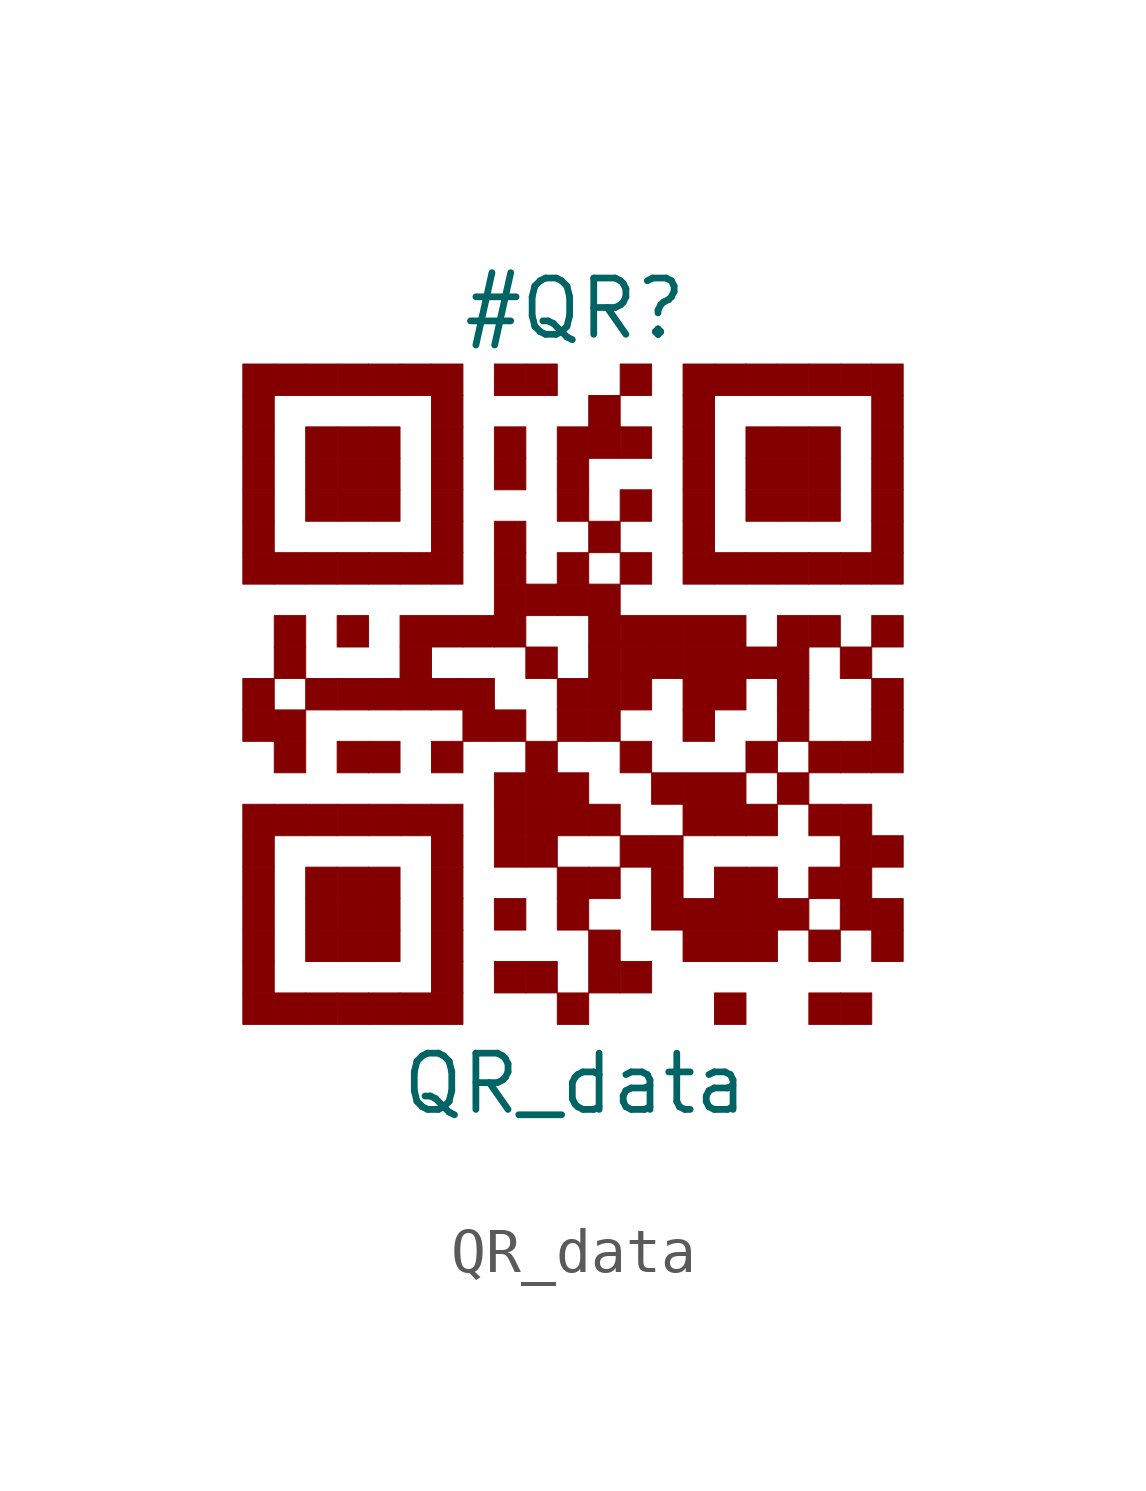
<source format=kicad_sym>
(kicad_symbol_lib
  (version 20211014)
  (generator kibot)
  (symbol "QR_data"
    (pin_numbers hide)
    (pin_names hide)
    (property "Reference" "#QR"
      (at 0 8.75 0)
      (effects (font (size 1.27 1.27))))
    (property "Value" "QR_data"
      (at 0 -8.75 0)
      (effects (font (size 1.27 1.27))))
    (rectangle
      (start -7.5 7.5)
      (end -6.79 6.79)
      (stroke (width 0.001) (type default))
      (fill (type outline)))
    (rectangle
      (start -6.79 7.5)
      (end -6.08 6.79)
      (stroke (width 0.001) (type default))
      (fill (type outline)))
    (rectangle
      (start -6.08 7.5)
      (end -5.37 6.79)
      (stroke (width 0.001) (type default))
      (fill (type outline)))
    (rectangle
      (start -5.37 7.5)
      (end -4.66 6.79)
      (stroke (width 0.001) (type default))
      (fill (type outline)))
    (rectangle
      (start -4.66 7.5)
      (end -3.95 6.79)
      (stroke (width 0.001) (type default))
      (fill (type outline)))
    (rectangle
      (start -3.95 7.5)
      (end -3.24 6.79)
      (stroke (width 0.001) (type default))
      (fill (type outline)))
    (rectangle
      (start -3.24 7.5)
      (end -2.53 6.79)
      (stroke (width 0.001) (type default))
      (fill (type outline)))
    (rectangle
      (start -1.82 7.5)
      (end -1.11 6.79)
      (stroke (width 0.001) (type default))
      (fill (type outline)))
    (rectangle
      (start -1.11 7.5)
      (end -0.4 6.79)
      (stroke (width 0.001) (type default))
      (fill (type outline)))
    (rectangle
      (start 1.02 7.5)
      (end 1.73 6.79)
      (stroke (width 0.001) (type default))
      (fill (type outline)))
    (rectangle
      (start 2.44 7.5)
      (end 3.15 6.79)
      (stroke (width 0.001) (type default))
      (fill (type outline)))
    (rectangle
      (start 3.15 7.5)
      (end 3.86 6.79)
      (stroke (width 0.001) (type default))
      (fill (type outline)))
    (rectangle
      (start 3.86 7.5)
      (end 4.57 6.79)
      (stroke (width 0.001) (type default))
      (fill (type outline)))
    (rectangle
      (start 4.57 7.5)
      (end 5.28 6.79)
      (stroke (width 0.001) (type default))
      (fill (type outline)))
    (rectangle
      (start 5.28 7.5)
      (end 5.99 6.79)
      (stroke (width 0.001) (type default))
      (fill (type outline)))
    (rectangle
      (start 5.99 7.5)
      (end 6.7 6.79)
      (stroke (width 0.001) (type default))
      (fill (type outline)))
    (rectangle
      (start 6.7 7.5)
      (end 7.41 6.79)
      (stroke (width 0.001) (type default))
      (fill (type outline)))
    (rectangle
      (start -7.5 6.79)
      (end -6.79 6.08)
      (stroke (width 0.001) (type default))
      (fill (type outline)))
    (rectangle
      (start -3.24 6.79)
      (end -2.53 6.08)
      (stroke (width 0.001) (type default))
      (fill (type outline)))
    (rectangle
      (start 0.31 6.79)
      (end 1.02 6.08)
      (stroke (width 0.001) (type default))
      (fill (type outline)))
    (rectangle
      (start 2.44 6.79)
      (end 3.15 6.08)
      (stroke (width 0.001) (type default))
      (fill (type outline)))
    (rectangle
      (start 6.7 6.79)
      (end 7.41 6.08)
      (stroke (width 0.001) (type default))
      (fill (type outline)))
    (rectangle
      (start -7.5 6.08)
      (end -6.79 5.37)
      (stroke (width 0.001) (type default))
      (fill (type outline)))
    (rectangle
      (start -6.08 6.08)
      (end -5.37 5.37)
      (stroke (width 0.001) (type default))
      (fill (type outline)))
    (rectangle
      (start -5.37 6.08)
      (end -4.66 5.37)
      (stroke (width 0.001) (type default))
      (fill (type outline)))
    (rectangle
      (start -4.66 6.08)
      (end -3.95 5.37)
      (stroke (width 0.001) (type default))
      (fill (type outline)))
    (rectangle
      (start -3.24 6.08)
      (end -2.53 5.37)
      (stroke (width 0.001) (type default))
      (fill (type outline)))
    (rectangle
      (start -1.82 6.08)
      (end -1.11 5.37)
      (stroke (width 0.001) (type default))
      (fill (type outline)))
    (rectangle
      (start -0.4 6.08)
      (end 0.31 5.37)
      (stroke (width 0.001) (type default))
      (fill (type outline)))
    (rectangle
      (start 0.31 6.08)
      (end 1.02 5.37)
      (stroke (width 0.001) (type default))
      (fill (type outline)))
    (rectangle
      (start 1.02 6.08)
      (end 1.73 5.37)
      (stroke (width 0.001) (type default))
      (fill (type outline)))
    (rectangle
      (start 2.44 6.08)
      (end 3.15 5.37)
      (stroke (width 0.001) (type default))
      (fill (type outline)))
    (rectangle
      (start 3.86 6.08)
      (end 4.57 5.37)
      (stroke (width 0.001) (type default))
      (fill (type outline)))
    (rectangle
      (start 4.57 6.08)
      (end 5.28 5.37)
      (stroke (width 0.001) (type default))
      (fill (type outline)))
    (rectangle
      (start 5.28 6.08)
      (end 5.99 5.37)
      (stroke (width 0.001) (type default))
      (fill (type outline)))
    (rectangle
      (start 6.7 6.08)
      (end 7.41 5.37)
      (stroke (width 0.001) (type default))
      (fill (type outline)))
    (rectangle
      (start -7.5 5.37)
      (end -6.79 4.66)
      (stroke (width 0.001) (type default))
      (fill (type outline)))
    (rectangle
      (start -6.08 5.37)
      (end -5.37 4.66)
      (stroke (width 0.001) (type default))
      (fill (type outline)))
    (rectangle
      (start -5.37 5.37)
      (end -4.66 4.66)
      (stroke (width 0.001) (type default))
      (fill (type outline)))
    (rectangle
      (start -4.66 5.37)
      (end -3.95 4.66)
      (stroke (width 0.001) (type default))
      (fill (type outline)))
    (rectangle
      (start -3.24 5.37)
      (end -2.53 4.66)
      (stroke (width 0.001) (type default))
      (fill (type outline)))
    (rectangle
      (start -1.82 5.37)
      (end -1.11 4.66)
      (stroke (width 0.001) (type default))
      (fill (type outline)))
    (rectangle
      (start -0.4 5.37)
      (end 0.31 4.66)
      (stroke (width 0.001) (type default))
      (fill (type outline)))
    (rectangle
      (start 2.44 5.37)
      (end 3.15 4.66)
      (stroke (width 0.001) (type default))
      (fill (type outline)))
    (rectangle
      (start 3.86 5.37)
      (end 4.57 4.66)
      (stroke (width 0.001) (type default))
      (fill (type outline)))
    (rectangle
      (start 4.57 5.37)
      (end 5.28 4.66)
      (stroke (width 0.001) (type default))
      (fill (type outline)))
    (rectangle
      (start 5.28 5.37)
      (end 5.99 4.66)
      (stroke (width 0.001) (type default))
      (fill (type outline)))
    (rectangle
      (start 6.7 5.37)
      (end 7.41 4.66)
      (stroke (width 0.001) (type default))
      (fill (type outline)))
    (rectangle
      (start -7.5 4.66)
      (end -6.79 3.95)
      (stroke (width 0.001) (type default))
      (fill (type outline)))
    (rectangle
      (start -6.08 4.66)
      (end -5.37 3.95)
      (stroke (width 0.001) (type default))
      (fill (type outline)))
    (rectangle
      (start -5.37 4.66)
      (end -4.66 3.95)
      (stroke (width 0.001) (type default))
      (fill (type outline)))
    (rectangle
      (start -4.66 4.66)
      (end -3.95 3.95)
      (stroke (width 0.001) (type default))
      (fill (type outline)))
    (rectangle
      (start -3.24 4.66)
      (end -2.53 3.95)
      (stroke (width 0.001) (type default))
      (fill (type outline)))
    (rectangle
      (start -0.4 4.66)
      (end 0.31 3.95)
      (stroke (width 0.001) (type default))
      (fill (type outline)))
    (rectangle
      (start 1.02 4.66)
      (end 1.73 3.95)
      (stroke (width 0.001) (type default))
      (fill (type outline)))
    (rectangle
      (start 2.44 4.66)
      (end 3.15 3.95)
      (stroke (width 0.001) (type default))
      (fill (type outline)))
    (rectangle
      (start 3.86 4.66)
      (end 4.57 3.95)
      (stroke (width 0.001) (type default))
      (fill (type outline)))
    (rectangle
      (start 4.57 4.66)
      (end 5.28 3.95)
      (stroke (width 0.001) (type default))
      (fill (type outline)))
    (rectangle
      (start 5.28 4.66)
      (end 5.99 3.95)
      (stroke (width 0.001) (type default))
      (fill (type outline)))
    (rectangle
      (start 6.7 4.66)
      (end 7.41 3.95)
      (stroke (width 0.001) (type default))
      (fill (type outline)))
    (rectangle
      (start -7.5 3.95)
      (end -6.79 3.24)
      (stroke (width 0.001) (type default))
      (fill (type outline)))
    (rectangle
      (start -3.24 3.95)
      (end -2.53 3.24)
      (stroke (width 0.001) (type default))
      (fill (type outline)))
    (rectangle
      (start -1.82 3.95)
      (end -1.11 3.24)
      (stroke (width 0.001) (type default))
      (fill (type outline)))
    (rectangle
      (start 0.31 3.95)
      (end 1.02 3.24)
      (stroke (width 0.001) (type default))
      (fill (type outline)))
    (rectangle
      (start 2.44 3.95)
      (end 3.15 3.24)
      (stroke (width 0.001) (type default))
      (fill (type outline)))
    (rectangle
      (start 6.7 3.95)
      (end 7.41 3.24)
      (stroke (width 0.001) (type default))
      (fill (type outline)))
    (rectangle
      (start -7.5 3.24)
      (end -6.79 2.53)
      (stroke (width 0.001) (type default))
      (fill (type outline)))
    (rectangle
      (start -6.79 3.24)
      (end -6.08 2.53)
      (stroke (width 0.001) (type default))
      (fill (type outline)))
    (rectangle
      (start -6.08 3.24)
      (end -5.37 2.53)
      (stroke (width 0.001) (type default))
      (fill (type outline)))
    (rectangle
      (start -5.37 3.24)
      (end -4.66 2.53)
      (stroke (width 0.001) (type default))
      (fill (type outline)))
    (rectangle
      (start -4.66 3.24)
      (end -3.95 2.53)
      (stroke (width 0.001) (type default))
      (fill (type outline)))
    (rectangle
      (start -3.95 3.24)
      (end -3.24 2.53)
      (stroke (width 0.001) (type default))
      (fill (type outline)))
    (rectangle
      (start -3.24 3.24)
      (end -2.53 2.53)
      (stroke (width 0.001) (type default))
      (fill (type outline)))
    (rectangle
      (start -1.82 3.24)
      (end -1.11 2.53)
      (stroke (width 0.001) (type default))
      (fill (type outline)))
    (rectangle
      (start -0.4 3.24)
      (end 0.31 2.53)
      (stroke (width 0.001) (type default))
      (fill (type outline)))
    (rectangle
      (start 1.02 3.24)
      (end 1.73 2.53)
      (stroke (width 0.001) (type default))
      (fill (type outline)))
    (rectangle
      (start 2.44 3.24)
      (end 3.15 2.53)
      (stroke (width 0.001) (type default))
      (fill (type outline)))
    (rectangle
      (start 3.15 3.24)
      (end 3.86 2.53)
      (stroke (width 0.001) (type default))
      (fill (type outline)))
    (rectangle
      (start 3.86 3.24)
      (end 4.57 2.53)
      (stroke (width 0.001) (type default))
      (fill (type outline)))
    (rectangle
      (start 4.57 3.24)
      (end 5.28 2.53)
      (stroke (width 0.001) (type default))
      (fill (type outline)))
    (rectangle
      (start 5.28 3.24)
      (end 5.99 2.53)
      (stroke (width 0.001) (type default))
      (fill (type outline)))
    (rectangle
      (start 5.99 3.24)
      (end 6.7 2.53)
      (stroke (width 0.001) (type default))
      (fill (type outline)))
    (rectangle
      (start 6.7 3.24)
      (end 7.41 2.53)
      (stroke (width 0.001) (type default))
      (fill (type outline)))
    (rectangle
      (start -1.82 2.53)
      (end -1.11 1.82)
      (stroke (width 0.001) (type default))
      (fill (type outline)))
    (rectangle
      (start -1.11 2.53)
      (end -0.4 1.82)
      (stroke (width 0.001) (type default))
      (fill (type outline)))
    (rectangle
      (start -0.4 2.53)
      (end 0.31 1.82)
      (stroke (width 0.001) (type default))
      (fill (type outline)))
    (rectangle
      (start 0.31 2.53)
      (end 1.02 1.82)
      (stroke (width 0.001) (type default))
      (fill (type outline)))
    (rectangle
      (start -6.79 1.82)
      (end -6.08 1.11)
      (stroke (width 0.001) (type default))
      (fill (type outline)))
    (rectangle
      (start -5.37 1.82)
      (end -4.66 1.11)
      (stroke (width 0.001) (type default))
      (fill (type outline)))
    (rectangle
      (start -3.95 1.82)
      (end -3.24 1.11)
      (stroke (width 0.001) (type default))
      (fill (type outline)))
    (rectangle
      (start -3.24 1.82)
      (end -2.53 1.11)
      (stroke (width 0.001) (type default))
      (fill (type outline)))
    (rectangle
      (start -2.53 1.82)
      (end -1.82 1.11)
      (stroke (width 0.001) (type default))
      (fill (type outline)))
    (rectangle
      (start -1.82 1.82)
      (end -1.11 1.11)
      (stroke (width 0.001) (type default))
      (fill (type outline)))
    (rectangle
      (start 0.31 1.82)
      (end 1.02 1.11)
      (stroke (width 0.001) (type default))
      (fill (type outline)))
    (rectangle
      (start 1.02 1.82)
      (end 1.73 1.11)
      (stroke (width 0.001) (type default))
      (fill (type outline)))
    (rectangle
      (start 1.73 1.82)
      (end 2.44 1.11)
      (stroke (width 0.001) (type default))
      (fill (type outline)))
    (rectangle
      (start 2.44 1.82)
      (end 3.15 1.11)
      (stroke (width 0.001) (type default))
      (fill (type outline)))
    (rectangle
      (start 3.15 1.82)
      (end 3.86 1.11)
      (stroke (width 0.001) (type default))
      (fill (type outline)))
    (rectangle
      (start 4.57 1.82)
      (end 5.28 1.11)
      (stroke (width 0.001) (type default))
      (fill (type outline)))
    (rectangle
      (start 5.28 1.82)
      (end 5.99 1.11)
      (stroke (width 0.001) (type default))
      (fill (type outline)))
    (rectangle
      (start 6.7 1.82)
      (end 7.41 1.11)
      (stroke (width 0.001) (type default))
      (fill (type outline)))
    (rectangle
      (start -6.79 1.11)
      (end -6.08 0.4)
      (stroke (width 0.001) (type default))
      (fill (type outline)))
    (rectangle
      (start -3.95 1.11)
      (end -3.24 0.4)
      (stroke (width 0.001) (type default))
      (fill (type outline)))
    (rectangle
      (start -1.11 1.11)
      (end -0.4 0.4)
      (stroke (width 0.001) (type default))
      (fill (type outline)))
    (rectangle
      (start 0.31 1.11)
      (end 1.02 0.4)
      (stroke (width 0.001) (type default))
      (fill (type outline)))
    (rectangle
      (start 1.02 1.11)
      (end 1.73 0.4)
      (stroke (width 0.001) (type default))
      (fill (type outline)))
    (rectangle
      (start 1.73 1.11)
      (end 2.44 0.4)
      (stroke (width 0.001) (type default))
      (fill (type outline)))
    (rectangle
      (start 2.44 1.11)
      (end 3.15 0.4)
      (stroke (width 0.001) (type default))
      (fill (type outline)))
    (rectangle
      (start 3.15 1.11)
      (end 3.86 0.4)
      (stroke (width 0.001) (type default))
      (fill (type outline)))
    (rectangle
      (start 3.86 1.11)
      (end 4.57 0.4)
      (stroke (width 0.001) (type default))
      (fill (type outline)))
    (rectangle
      (start 4.57 1.11)
      (end 5.28 0.4)
      (stroke (width 0.001) (type default))
      (fill (type outline)))
    (rectangle
      (start 5.99 1.11)
      (end 6.7 0.4)
      (stroke (width 0.001) (type default))
      (fill (type outline)))
    (rectangle
      (start -7.5 0.4)
      (end -6.79 -0.31)
      (stroke (width 0.001) (type default))
      (fill (type outline)))
    (rectangle
      (start -6.08 0.4)
      (end -5.37 -0.31)
      (stroke (width 0.001) (type default))
      (fill (type outline)))
    (rectangle
      (start -5.37 0.4)
      (end -4.66 -0.31)
      (stroke (width 0.001) (type default))
      (fill (type outline)))
    (rectangle
      (start -4.66 0.4)
      (end -3.95 -0.31)
      (stroke (width 0.001) (type default))
      (fill (type outline)))
    (rectangle
      (start -3.95 0.4)
      (end -3.24 -0.31)
      (stroke (width 0.001) (type default))
      (fill (type outline)))
    (rectangle
      (start -3.24 0.4)
      (end -2.53 -0.31)
      (stroke (width 0.001) (type default))
      (fill (type outline)))
    (rectangle
      (start -2.53 0.4)
      (end -1.82 -0.31)
      (stroke (width 0.001) (type default))
      (fill (type outline)))
    (rectangle
      (start -0.4 0.4)
      (end 0.31 -0.31)
      (stroke (width 0.001) (type default))
      (fill (type outline)))
    (rectangle
      (start 0.31 0.4)
      (end 1.02 -0.31)
      (stroke (width 0.001) (type default))
      (fill (type outline)))
    (rectangle
      (start 1.02 0.4)
      (end 1.73 -0.31)
      (stroke (width 0.001) (type default))
      (fill (type outline)))
    (rectangle
      (start 2.44 0.4)
      (end 3.15 -0.31)
      (stroke (width 0.001) (type default))
      (fill (type outline)))
    (rectangle
      (start 3.15 0.4)
      (end 3.86 -0.31)
      (stroke (width 0.001) (type default))
      (fill (type outline)))
    (rectangle
      (start 4.57 0.4)
      (end 5.28 -0.31)
      (stroke (width 0.001) (type default))
      (fill (type outline)))
    (rectangle
      (start 6.7 0.4)
      (end 7.41 -0.31)
      (stroke (width 0.001) (type default))
      (fill (type outline)))
    (rectangle
      (start -7.5 -0.31)
      (end -6.79 -1.02)
      (stroke (width 0.001) (type default))
      (fill (type outline)))
    (rectangle
      (start -6.79 -0.31)
      (end -6.08 -1.02)
      (stroke (width 0.001) (type default))
      (fill (type outline)))
    (rectangle
      (start -2.53 -0.31)
      (end -1.82 -1.02)
      (stroke (width 0.001) (type default))
      (fill (type outline)))
    (rectangle
      (start -1.82 -0.31)
      (end -1.11 -1.02)
      (stroke (width 0.001) (type default))
      (fill (type outline)))
    (rectangle
      (start -0.4 -0.31)
      (end 0.31 -1.02)
      (stroke (width 0.001) (type default))
      (fill (type outline)))
    (rectangle
      (start 0.31 -0.31)
      (end 1.02 -1.02)
      (stroke (width 0.001) (type default))
      (fill (type outline)))
    (rectangle
      (start 2.44 -0.31)
      (end 3.15 -1.02)
      (stroke (width 0.001) (type default))
      (fill (type outline)))
    (rectangle
      (start 4.57 -0.31)
      (end 5.28 -1.02)
      (stroke (width 0.001) (type default))
      (fill (type outline)))
    (rectangle
      (start 6.7 -0.31)
      (end 7.41 -1.02)
      (stroke (width 0.001) (type default))
      (fill (type outline)))
    (rectangle
      (start -6.79 -1.02)
      (end -6.08 -1.73)
      (stroke (width 0.001) (type default))
      (fill (type outline)))
    (rectangle
      (start -5.37 -1.02)
      (end -4.66 -1.73)
      (stroke (width 0.001) (type default))
      (fill (type outline)))
    (rectangle
      (start -4.66 -1.02)
      (end -3.95 -1.73)
      (stroke (width 0.001) (type default))
      (fill (type outline)))
    (rectangle
      (start -3.24 -1.02)
      (end -2.53 -1.73)
      (stroke (width 0.001) (type default))
      (fill (type outline)))
    (rectangle
      (start -1.11 -1.02)
      (end -0.4 -1.73)
      (stroke (width 0.001) (type default))
      (fill (type outline)))
    (rectangle
      (start 1.02 -1.02)
      (end 1.73 -1.73)
      (stroke (width 0.001) (type default))
      (fill (type outline)))
    (rectangle
      (start 3.86 -1.02)
      (end 4.57 -1.73)
      (stroke (width 0.001) (type default))
      (fill (type outline)))
    (rectangle
      (start 5.28 -1.02)
      (end 5.99 -1.73)
      (stroke (width 0.001) (type default))
      (fill (type outline)))
    (rectangle
      (start 5.99 -1.02)
      (end 6.7 -1.73)
      (stroke (width 0.001) (type default))
      (fill (type outline)))
    (rectangle
      (start 6.7 -1.02)
      (end 7.41 -1.73)
      (stroke (width 0.001) (type default))
      (fill (type outline)))
    (rectangle
      (start -1.82 -1.73)
      (end -1.11 -2.44)
      (stroke (width 0.001) (type default))
      (fill (type outline)))
    (rectangle
      (start -1.11 -1.73)
      (end -0.4 -2.44)
      (stroke (width 0.001) (type default))
      (fill (type outline)))
    (rectangle
      (start -0.4 -1.73)
      (end 0.31 -2.44)
      (stroke (width 0.001) (type default))
      (fill (type outline)))
    (rectangle
      (start 1.73 -1.73)
      (end 2.44 -2.44)
      (stroke (width 0.001) (type default))
      (fill (type outline)))
    (rectangle
      (start 2.44 -1.73)
      (end 3.15 -2.44)
      (stroke (width 0.001) (type default))
      (fill (type outline)))
    (rectangle
      (start 3.15 -1.73)
      (end 3.86 -2.44)
      (stroke (width 0.001) (type default))
      (fill (type outline)))
    (rectangle
      (start 4.57 -1.73)
      (end 5.28 -2.44)
      (stroke (width 0.001) (type default))
      (fill (type outline)))
    (rectangle
      (start -7.5 -2.44)
      (end -6.79 -3.15)
      (stroke (width 0.001) (type default))
      (fill (type outline)))
    (rectangle
      (start -6.79 -2.44)
      (end -6.08 -3.15)
      (stroke (width 0.001) (type default))
      (fill (type outline)))
    (rectangle
      (start -6.08 -2.44)
      (end -5.37 -3.15)
      (stroke (width 0.001) (type default))
      (fill (type outline)))
    (rectangle
      (start -5.37 -2.44)
      (end -4.66 -3.15)
      (stroke (width 0.001) (type default))
      (fill (type outline)))
    (rectangle
      (start -4.66 -2.44)
      (end -3.95 -3.15)
      (stroke (width 0.001) (type default))
      (fill (type outline)))
    (rectangle
      (start -3.95 -2.44)
      (end -3.24 -3.15)
      (stroke (width 0.001) (type default))
      (fill (type outline)))
    (rectangle
      (start -3.24 -2.44)
      (end -2.53 -3.15)
      (stroke (width 0.001) (type default))
      (fill (type outline)))
    (rectangle
      (start -1.82 -2.44)
      (end -1.11 -3.15)
      (stroke (width 0.001) (type default))
      (fill (type outline)))
    (rectangle
      (start -1.11 -2.44)
      (end -0.4 -3.15)
      (stroke (width 0.001) (type default))
      (fill (type outline)))
    (rectangle
      (start -0.4 -2.44)
      (end 0.31 -3.15)
      (stroke (width 0.001) (type default))
      (fill (type outline)))
    (rectangle
      (start 0.31 -2.44)
      (end 1.02 -3.15)
      (stroke (width 0.001) (type default))
      (fill (type outline)))
    (rectangle
      (start 2.44 -2.44)
      (end 3.15 -3.15)
      (stroke (width 0.001) (type default))
      (fill (type outline)))
    (rectangle
      (start 3.15 -2.44)
      (end 3.86 -3.15)
      (stroke (width 0.001) (type default))
      (fill (type outline)))
    (rectangle
      (start 3.86 -2.44)
      (end 4.57 -3.15)
      (stroke (width 0.001) (type default))
      (fill (type outline)))
    (rectangle
      (start 5.28 -2.44)
      (end 5.99 -3.15)
      (stroke (width 0.001) (type default))
      (fill (type outline)))
    (rectangle
      (start 5.99 -2.44)
      (end 6.7 -3.15)
      (stroke (width 0.001) (type default))
      (fill (type outline)))
    (rectangle
      (start -7.5 -3.15)
      (end -6.79 -3.86)
      (stroke (width 0.001) (type default))
      (fill (type outline)))
    (rectangle
      (start -3.24 -3.15)
      (end -2.53 -3.86)
      (stroke (width 0.001) (type default))
      (fill (type outline)))
    (rectangle
      (start -1.82 -3.15)
      (end -1.11 -3.86)
      (stroke (width 0.001) (type default))
      (fill (type outline)))
    (rectangle
      (start -1.11 -3.15)
      (end -0.4 -3.86)
      (stroke (width 0.001) (type default))
      (fill (type outline)))
    (rectangle
      (start 1.02 -3.15)
      (end 1.73 -3.86)
      (stroke (width 0.001) (type default))
      (fill (type outline)))
    (rectangle
      (start 1.73 -3.15)
      (end 2.44 -3.86)
      (stroke (width 0.001) (type default))
      (fill (type outline)))
    (rectangle
      (start 5.99 -3.15)
      (end 6.7 -3.86)
      (stroke (width 0.001) (type default))
      (fill (type outline)))
    (rectangle
      (start 6.7 -3.15)
      (end 7.41 -3.86)
      (stroke (width 0.001) (type default))
      (fill (type outline)))
    (rectangle
      (start -7.5 -3.86)
      (end -6.79 -4.57)
      (stroke (width 0.001) (type default))
      (fill (type outline)))
    (rectangle
      (start -6.08 -3.86)
      (end -5.37 -4.57)
      (stroke (width 0.001) (type default))
      (fill (type outline)))
    (rectangle
      (start -5.37 -3.86)
      (end -4.66 -4.57)
      (stroke (width 0.001) (type default))
      (fill (type outline)))
    (rectangle
      (start -4.66 -3.86)
      (end -3.95 -4.57)
      (stroke (width 0.001) (type default))
      (fill (type outline)))
    (rectangle
      (start -3.24 -3.86)
      (end -2.53 -4.57)
      (stroke (width 0.001) (type default))
      (fill (type outline)))
    (rectangle
      (start -0.4 -3.86)
      (end 0.31 -4.57)
      (stroke (width 0.001) (type default))
      (fill (type outline)))
    (rectangle
      (start 0.31 -3.86)
      (end 1.02 -4.57)
      (stroke (width 0.001) (type default))
      (fill (type outline)))
    (rectangle
      (start 1.73 -3.86)
      (end 2.44 -4.57)
      (stroke (width 0.001) (type default))
      (fill (type outline)))
    (rectangle
      (start 3.15 -3.86)
      (end 3.86 -4.57)
      (stroke (width 0.001) (type default))
      (fill (type outline)))
    (rectangle
      (start 3.86 -3.86)
      (end 4.57 -4.57)
      (stroke (width 0.001) (type default))
      (fill (type outline)))
    (rectangle
      (start 5.28 -3.86)
      (end 5.99 -4.57)
      (stroke (width 0.001) (type default))
      (fill (type outline)))
    (rectangle
      (start 5.99 -3.86)
      (end 6.7 -4.57)
      (stroke (width 0.001) (type default))
      (fill (type outline)))
    (rectangle
      (start -7.5 -4.57)
      (end -6.79 -5.28)
      (stroke (width 0.001) (type default))
      (fill (type outline)))
    (rectangle
      (start -6.08 -4.57)
      (end -5.37 -5.28)
      (stroke (width 0.001) (type default))
      (fill (type outline)))
    (rectangle
      (start -5.37 -4.57)
      (end -4.66 -5.28)
      (stroke (width 0.001) (type default))
      (fill (type outline)))
    (rectangle
      (start -4.66 -4.57)
      (end -3.95 -5.28)
      (stroke (width 0.001) (type default))
      (fill (type outline)))
    (rectangle
      (start -3.24 -4.57)
      (end -2.53 -5.28)
      (stroke (width 0.001) (type default))
      (fill (type outline)))
    (rectangle
      (start -1.82 -4.57)
      (end -1.11 -5.28)
      (stroke (width 0.001) (type default))
      (fill (type outline)))
    (rectangle
      (start -0.4 -4.57)
      (end 0.31 -5.28)
      (stroke (width 0.001) (type default))
      (fill (type outline)))
    (rectangle
      (start 1.73 -4.57)
      (end 2.44 -5.28)
      (stroke (width 0.001) (type default))
      (fill (type outline)))
    (rectangle
      (start 2.44 -4.57)
      (end 3.15 -5.28)
      (stroke (width 0.001) (type default))
      (fill (type outline)))
    (rectangle
      (start 3.15 -4.57)
      (end 3.86 -5.28)
      (stroke (width 0.001) (type default))
      (fill (type outline)))
    (rectangle
      (start 3.86 -4.57)
      (end 4.57 -5.28)
      (stroke (width 0.001) (type default))
      (fill (type outline)))
    (rectangle
      (start 4.57 -4.57)
      (end 5.28 -5.28)
      (stroke (width 0.001) (type default))
      (fill (type outline)))
    (rectangle
      (start 5.99 -4.57)
      (end 6.7 -5.28)
      (stroke (width 0.001) (type default))
      (fill (type outline)))
    (rectangle
      (start 6.7 -4.57)
      (end 7.41 -5.28)
      (stroke (width 0.001) (type default))
      (fill (type outline)))
    (rectangle
      (start -7.5 -5.28)
      (end -6.79 -5.99)
      (stroke (width 0.001) (type default))
      (fill (type outline)))
    (rectangle
      (start -6.08 -5.28)
      (end -5.37 -5.99)
      (stroke (width 0.001) (type default))
      (fill (type outline)))
    (rectangle
      (start -5.37 -5.28)
      (end -4.66 -5.99)
      (stroke (width 0.001) (type default))
      (fill (type outline)))
    (rectangle
      (start -4.66 -5.28)
      (end -3.95 -5.99)
      (stroke (width 0.001) (type default))
      (fill (type outline)))
    (rectangle
      (start -3.24 -5.28)
      (end -2.53 -5.99)
      (stroke (width 0.001) (type default))
      (fill (type outline)))
    (rectangle
      (start 0.31 -5.28)
      (end 1.02 -5.99)
      (stroke (width 0.001) (type default))
      (fill (type outline)))
    (rectangle
      (start 2.44 -5.28)
      (end 3.15 -5.99)
      (stroke (width 0.001) (type default))
      (fill (type outline)))
    (rectangle
      (start 3.15 -5.28)
      (end 3.86 -5.99)
      (stroke (width 0.001) (type default))
      (fill (type outline)))
    (rectangle
      (start 3.86 -5.28)
      (end 4.57 -5.99)
      (stroke (width 0.001) (type default))
      (fill (type outline)))
    (rectangle
      (start 5.28 -5.28)
      (end 5.99 -5.99)
      (stroke (width 0.001) (type default))
      (fill (type outline)))
    (rectangle
      (start 6.7 -5.28)
      (end 7.41 -5.99)
      (stroke (width 0.001) (type default))
      (fill (type outline)))
    (rectangle
      (start -7.5 -5.99)
      (end -6.79 -6.7)
      (stroke (width 0.001) (type default))
      (fill (type outline)))
    (rectangle
      (start -3.24 -5.99)
      (end -2.53 -6.7)
      (stroke (width 0.001) (type default))
      (fill (type outline)))
    (rectangle
      (start -1.82 -5.99)
      (end -1.11 -6.7)
      (stroke (width 0.001) (type default))
      (fill (type outline)))
    (rectangle
      (start -1.11 -5.99)
      (end -0.4 -6.7)
      (stroke (width 0.001) (type default))
      (fill (type outline)))
    (rectangle
      (start 0.31 -5.99)
      (end 1.02 -6.7)
      (stroke (width 0.001) (type default))
      (fill (type outline)))
    (rectangle
      (start 1.02 -5.99)
      (end 1.73 -6.7)
      (stroke (width 0.001) (type default))
      (fill (type outline)))
    (rectangle
      (start -7.5 -6.7)
      (end -6.79 -7.41)
      (stroke (width 0.001) (type default))
      (fill (type outline)))
    (rectangle
      (start -6.79 -6.7)
      (end -6.08 -7.41)
      (stroke (width 0.001) (type default))
      (fill (type outline)))
    (rectangle
      (start -6.08 -6.7)
      (end -5.37 -7.41)
      (stroke (width 0.001) (type default))
      (fill (type outline)))
    (rectangle
      (start -5.37 -6.7)
      (end -4.66 -7.41)
      (stroke (width 0.001) (type default))
      (fill (type outline)))
    (rectangle
      (start -4.66 -6.7)
      (end -3.95 -7.41)
      (stroke (width 0.001) (type default))
      (fill (type outline)))
    (rectangle
      (start -3.95 -6.7)
      (end -3.24 -7.41)
      (stroke (width 0.001) (type default))
      (fill (type outline)))
    (rectangle
      (start -3.24 -6.7)
      (end -2.53 -7.41)
      (stroke (width 0.001) (type default))
      (fill (type outline)))
    (rectangle
      (start -0.4 -6.7)
      (end 0.31 -7.41)
      (stroke (width 0.001) (type default))
      (fill (type outline)))
    (rectangle
      (start 3.15 -6.7)
      (end 3.86 -7.41)
      (stroke (width 0.001) (type default))
      (fill (type outline)))
    (rectangle
      (start 5.28 -6.7)
      (end 5.99 -7.41)
      (stroke (width 0.001) (type default))
      (fill (type outline)))
    (rectangle
      (start 5.99 -6.7)
      (end 6.7 -7.41)
      (stroke (width 0.001) (type default))
      (fill (type outline)))))
</source>
